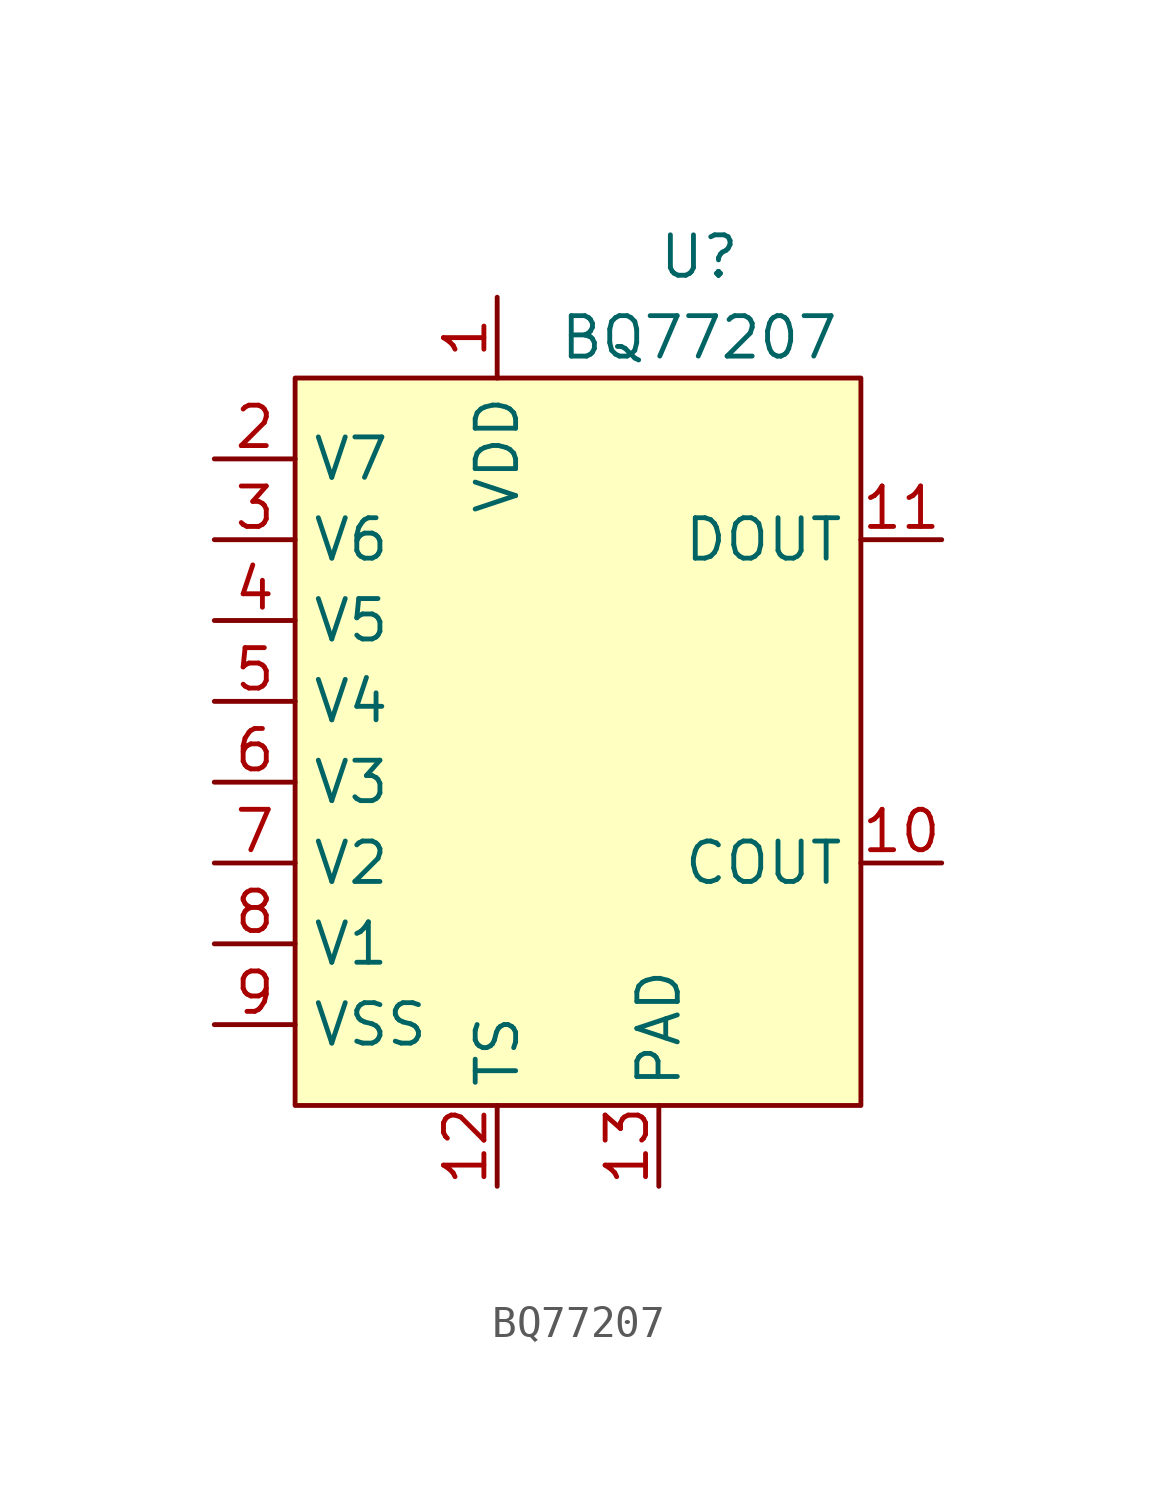
<source format=kicad_sym>
(kicad_symbol_lib
  (version 20220914)
  (generator kicad_symbol_editor)
  (symbol "BQ77207"
    (property "Reference" "U"
      (at 3.81 3.81 0)
      (effects (font (size 1.27 1.27))))
    (property "Value" "BQ77207"
      (at 3.81 1.27 0)
      (effects (font (size 1.27 1.27))))
    (symbol "BQ77207_0_1"
      (rectangle (start -8.89 0) (end 8.89 -22.86) (stroke (width 0.152) (type default)) (fill (type background))))
    (symbol "BQ77207_1_1"
      (pin power_in line (at -2.54 2.54 270) (length 2.54) (name "VDD" (effects (font (size 1.27 1.27)))) (number "1" (effects (font (size 1.27 1.27)))))
      (pin output line (at 11.43 -15.24 180) (length 2.54) (name "COUT" (effects (font (size 1.27 1.27)))) (number "10" (effects (font (size 1.27 1.27)))))
      (pin output line (at 11.43 -5.08 180) (length 2.54) (name "DOUT" (effects (font (size 1.27 1.27)))) (number "11" (effects (font (size 1.27 1.27)))))
      (pin input line (at -2.54 -25.4 90) (length 2.54) (name "TS" (effects (font (size 1.27 1.27)))) (number "12" (effects (font (size 1.27 1.27)))))
      (pin passive line (at 2.54 -25.4 90) (length 2.54) (name "PAD" (effects (font (size 1.27 1.27)))) (number "13" (effects (font (size 1.27 1.27)))))
      (pin bidirectional line (at -11.43 -2.54 0) (length 2.54) (name "V7" (effects (font (size 1.27 1.27)))) (number "2" (effects (font (size 1.27 1.27)))))
      (pin bidirectional line (at -11.43 -5.08 0) (length 2.54) (name "V6" (effects (font (size 1.27 1.27)))) (number "3" (effects (font (size 1.27 1.27)))))
      (pin bidirectional line (at -11.43 -7.62 0) (length 2.54) (name "V5" (effects (font (size 1.27 1.27)))) (number "4" (effects (font (size 1.27 1.27)))))
      (pin bidirectional line (at -11.43 -10.16 0) (length 2.54) (name "V4" (effects (font (size 1.27 1.27)))) (number "5" (effects (font (size 1.27 1.27)))))
      (pin bidirectional line (at -11.43 -12.7 0) (length 2.54) (name "V3" (effects (font (size 1.27 1.27)))) (number "6" (effects (font (size 1.27 1.27)))))
      (pin bidirectional line (at -11.43 -15.24 0) (length 2.54) (name "V2" (effects (font (size 1.27 1.27)))) (number "7" (effects (font (size 1.27 1.27)))))
      (pin bidirectional line (at -11.43 -17.78 0) (length 2.54) (name "V1" (effects (font (size 1.27 1.27)))) (number "8" (effects (font (size 1.27 1.27)))))
      (pin power_in line (at -11.43 -20.32 0) (length 2.54) (name "VSS" (effects (font (size 1.27 1.27)))) (number "9" (effects (font (size 1.27 1.27))))))))
</source>
